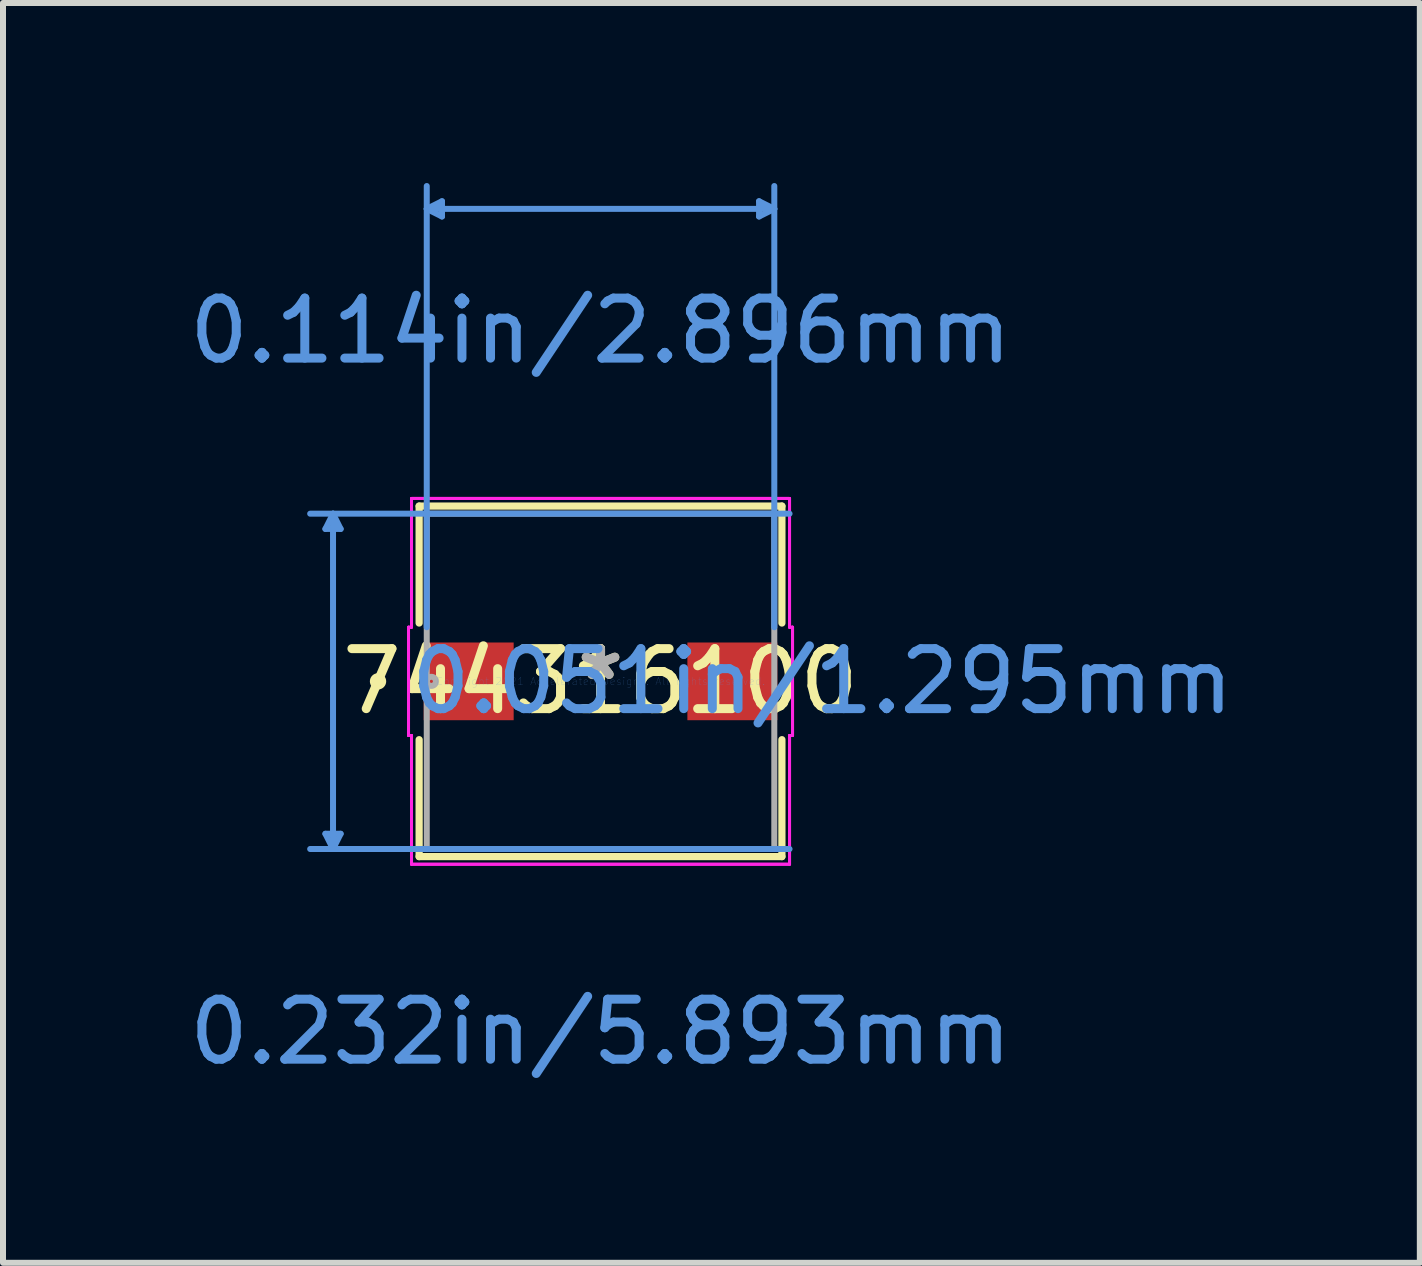
<source format=kicad_pcb>
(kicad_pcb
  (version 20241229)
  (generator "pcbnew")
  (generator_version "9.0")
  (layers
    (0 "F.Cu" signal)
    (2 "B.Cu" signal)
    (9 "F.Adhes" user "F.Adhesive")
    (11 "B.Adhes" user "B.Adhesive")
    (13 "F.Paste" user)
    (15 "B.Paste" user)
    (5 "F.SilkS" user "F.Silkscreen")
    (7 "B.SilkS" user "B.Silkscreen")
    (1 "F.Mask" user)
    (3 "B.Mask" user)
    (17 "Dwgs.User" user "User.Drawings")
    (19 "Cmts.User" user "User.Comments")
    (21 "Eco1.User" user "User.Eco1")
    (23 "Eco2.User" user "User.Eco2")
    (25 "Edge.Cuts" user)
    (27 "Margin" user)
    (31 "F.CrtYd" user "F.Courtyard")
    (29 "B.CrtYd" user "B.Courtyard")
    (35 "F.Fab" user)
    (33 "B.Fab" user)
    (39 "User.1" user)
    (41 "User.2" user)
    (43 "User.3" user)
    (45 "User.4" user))
  (footprint "744316100"
    (layer "F.Cu")
    (at 6.958 8.305)
    (property "Reference" "744316100" (at 0 0 0) (layer "F.SilkS") (effects (font (size 1 1) (thickness 0.15))))
    (attr through_hole)
    (fp_line (start -3.023 -2.921) (end -3.023 -0.972) (stroke (width 0.12) (type solid)) (layer "F.SilkS"))
    (fp_line (start -3.023 0.972) (end -3.023 2.921) (stroke (width 0.12) (type solid)) (layer "F.SilkS"))
    (fp_line (start -3.023 2.921) (end 3.023 2.921) (stroke (width 0.12) (type solid)) (layer "F.SilkS"))
    (fp_line (start 3.023 -2.921) (end -3.023 -2.921) (stroke (width 0.12) (type solid)) (layer "F.SilkS"))
    (fp_line (start 3.023 -0.972) (end 3.023 -2.921) (stroke (width 0.12) (type solid)) (layer "F.SilkS"))
    (fp_line (start 3.023 2.921) (end 3.023 0.972) (stroke (width 0.12) (type solid)) (layer "F.SilkS"))
    (fp_circle (center -3.708 0) (end -3.632 0) (stroke (width 0.12) (type solid)) (fill no) (layer "F.SilkS"))
    (fp_line (start -4.585 -2.54) (end -4.331 -2.54) (stroke (width 0.1) (type solid)) (layer "Cmts.User"))
    (fp_line (start -4.585 2.54) (end -4.331 2.54) (stroke (width 0.1) (type solid)) (layer "Cmts.User"))
    (fp_line (start -4.458 -2.794) (end -4.585 -2.54) (stroke (width 0.1) (type solid)) (layer "Cmts.User"))
    (fp_line (start -4.458 -2.794) (end -4.458 2.794) (stroke (width 0.1) (type solid)) (layer "Cmts.User"))
    (fp_line (start -4.458 -2.794) (end -4.331 -2.54) (stroke (width 0.1) (type solid)) (layer "Cmts.User"))
    (fp_line (start -4.458 2.794) (end -4.585 2.54) (stroke (width 0.1) (type solid)) (layer "Cmts.User"))
    (fp_line (start -4.458 2.794) (end -4.331 2.54) (stroke (width 0.1) (type solid)) (layer "Cmts.User"))
    (fp_line (start -2.896 -7.874) (end -2.642 -8.001) (stroke (width 0.1) (type solid)) (layer "Cmts.User"))
    (fp_line (start -2.896 -7.874) (end -2.642 -7.747) (stroke (width 0.1) (type solid)) (layer "Cmts.User"))
    (fp_line (start -2.896 -7.874) (end 2.896 -7.874) (stroke (width 0.1) (type solid)) (layer "Cmts.User"))
    (fp_line (start -2.896 -0.902) (end -2.896 -8.255) (stroke (width 0.1) (type solid)) (layer "Cmts.User"))
    (fp_line (start -2.642 -8.001) (end -2.642 -7.747) (stroke (width 0.1) (type solid)) (layer "Cmts.User"))
    (fp_line (start 2.642 -8.001) (end 2.642 -7.747) (stroke (width 0.1) (type solid)) (layer "Cmts.User"))
    (fp_line (start 2.896 -7.874) (end 2.642 -8.001) (stroke (width 0.1) (type solid)) (layer "Cmts.User"))
    (fp_line (start 2.896 -7.874) (end 2.642 -7.747) (stroke (width 0.1) (type solid)) (layer "Cmts.User"))
    (fp_line (start 2.896 -0.902) (end 2.896 -8.255) (stroke (width 0.1) (type solid)) (layer "Cmts.User"))
    (fp_line (start 3.15 -2.794) (end -4.839 -2.794) (stroke (width 0.1) (type solid)) (layer "Cmts.User"))
    (fp_line (start 3.15 2.794) (end -4.839 2.794) (stroke (width 0.1) (type solid)) (layer "Cmts.User"))
    (fp_line (start -3.2 -0.902) (end -3.15 -0.902) (stroke (width 0.05) (type solid)) (layer "F.CrtYd"))
    (fp_line (start -3.2 -0.902) (end -3.15 -0.902) (stroke (width 0.05) (type solid)) (layer "F.CrtYd"))
    (fp_line (start -3.2 0.902) (end -3.2 -0.902) (stroke (width 0.05) (type solid)) (layer "F.CrtYd"))
    (fp_line (start -3.2 0.902) (end -3.2 -0.902) (stroke (width 0.05) (type solid)) (layer "F.CrtYd"))
    (fp_line (start -3.15 -3.048) (end 3.15 -3.048) (stroke (width 0.05) (type solid)) (layer "F.CrtYd"))
    (fp_line (start -3.15 -3.048) (end 3.15 -3.048) (stroke (width 0.05) (type solid)) (layer "F.CrtYd"))
    (fp_line (start -3.15 -0.902) (end -3.15 -3.048) (stroke (width 0.05) (type solid)) (layer "F.CrtYd"))
    (fp_line (start -3.15 -0.902) (end -3.15 -3.048) (stroke (width 0.05) (type solid)) (layer "F.CrtYd"))
    (fp_line (start -3.15 0.902) (end -3.2 0.902) (stroke (width 0.05) (type solid)) (layer "F.CrtYd"))
    (fp_line (start -3.15 0.902) (end -3.2 0.902) (stroke (width 0.05) (type solid)) (layer "F.CrtYd"))
    (fp_line (start -3.15 3.048) (end -3.15 0.902) (stroke (width 0.05) (type solid)) (layer "F.CrtYd"))
    (fp_line (start -3.15 3.048) (end -3.15 0.902) (stroke (width 0.05) (type solid)) (layer "F.CrtYd"))
    (fp_line (start 3.15 -3.048) (end 3.15 -0.902) (stroke (width 0.05) (type solid)) (layer "F.CrtYd"))
    (fp_line (start 3.15 -3.048) (end 3.15 -0.902) (stroke (width 0.05) (type solid)) (layer "F.CrtYd"))
    (fp_line (start 3.15 -0.902) (end 3.2 -0.902) (stroke (width 0.05) (type solid)) (layer "F.CrtYd"))
    (fp_line (start 3.15 -0.902) (end 3.2 -0.902) (stroke (width 0.05) (type solid)) (layer "F.CrtYd"))
    (fp_line (start 3.15 0.902) (end 3.15 3.048) (stroke (width 0.05) (type solid)) (layer "F.CrtYd"))
    (fp_line (start 3.15 0.902) (end 3.15 3.048) (stroke (width 0.05) (type solid)) (layer "F.CrtYd"))
    (fp_line (start 3.15 3.048) (end -3.15 3.048) (stroke (width 0.05) (type solid)) (layer "F.CrtYd"))
    (fp_line (start 3.15 3.048) (end -3.15 3.048) (stroke (width 0.05) (type solid)) (layer "F.CrtYd"))
    (fp_line (start 3.2 -0.902) (end 3.2 0.902) (stroke (width 0.05) (type solid)) (layer "F.CrtYd"))
    (fp_line (start 3.2 -0.902) (end 3.2 0.902) (stroke (width 0.05) (type solid)) (layer "F.CrtYd"))
    (fp_line (start 3.2 0.902) (end 3.15 0.902) (stroke (width 0.05) (type solid)) (layer "F.CrtYd"))
    (fp_line (start 3.2 0.902) (end 3.15 0.902) (stroke (width 0.05) (type solid)) (layer "F.CrtYd"))
    (fp_line (start -2.896 -2.794) (end -2.896 2.794) (stroke (width 0.1) (type solid)) (layer "F.Fab"))
    (fp_line (start -2.896 2.794) (end 2.896 2.794) (stroke (width 0.1) (type solid)) (layer "F.Fab"))
    (fp_line (start 2.896 -2.794) (end -2.896 -2.794) (stroke (width 0.1) (type solid)) (layer "F.Fab"))
    (fp_line (start 2.896 2.794) (end 2.896 -2.794) (stroke (width 0.1) (type solid)) (layer "F.Fab"))
    (fp_circle (center -2.819 0) (end -2.743 0) (stroke (width 0.1) (type solid)) (fill no) (layer "F.Fab"))
    (fp_text user "*" (at 0 0 0) (layer "F.SilkS") (effects (font (size 1 1) (thickness 0.15))))
    (fp_text user "0.114in/2.896mm" (at 0 -5.842 0) (layer "Cmts.User") (effects (font (size 1 1) (thickness 0.15))))
    (fp_text user "Copyright 2021 Accelerated Designs. All rights reserved." (at 0 0 0) (layer "Cmts.User") (effects (font (size 0.127 0.127) (thickness 0.002))))
    (fp_text user "0.232in/5.893mm" (at 0 5.842 0) (layer "Cmts.User") (effects (font (size 1 1) (thickness 0.15))))
    (fp_text user "0.051in/1.295mm" (at 3.696 0 0) (layer "Cmts.User") (effects (font (size 1 1) (thickness 0.15))))
    (fp_text user "*" (at 0 0 0) (layer "F.Fab") (effects (font (size 1 1) (thickness 0.15))))
    (pad "1" smd rect (at -2.197 0) (size 1.499 1.295) (layers "F.Cu" "F.Mask" "F.Paste"))
    (pad "2" smd rect (at 2.197 0) (size 1.499 1.295) (layers "F.Cu" "F.Mask" "F.Paste")))
  (gr_rect
    (start -3 -3)
    (end 20.612 17.995)
    (stroke (width 0.1) (type default))
    (fill no)
    (layer "Edge.Cuts")))
</source>
